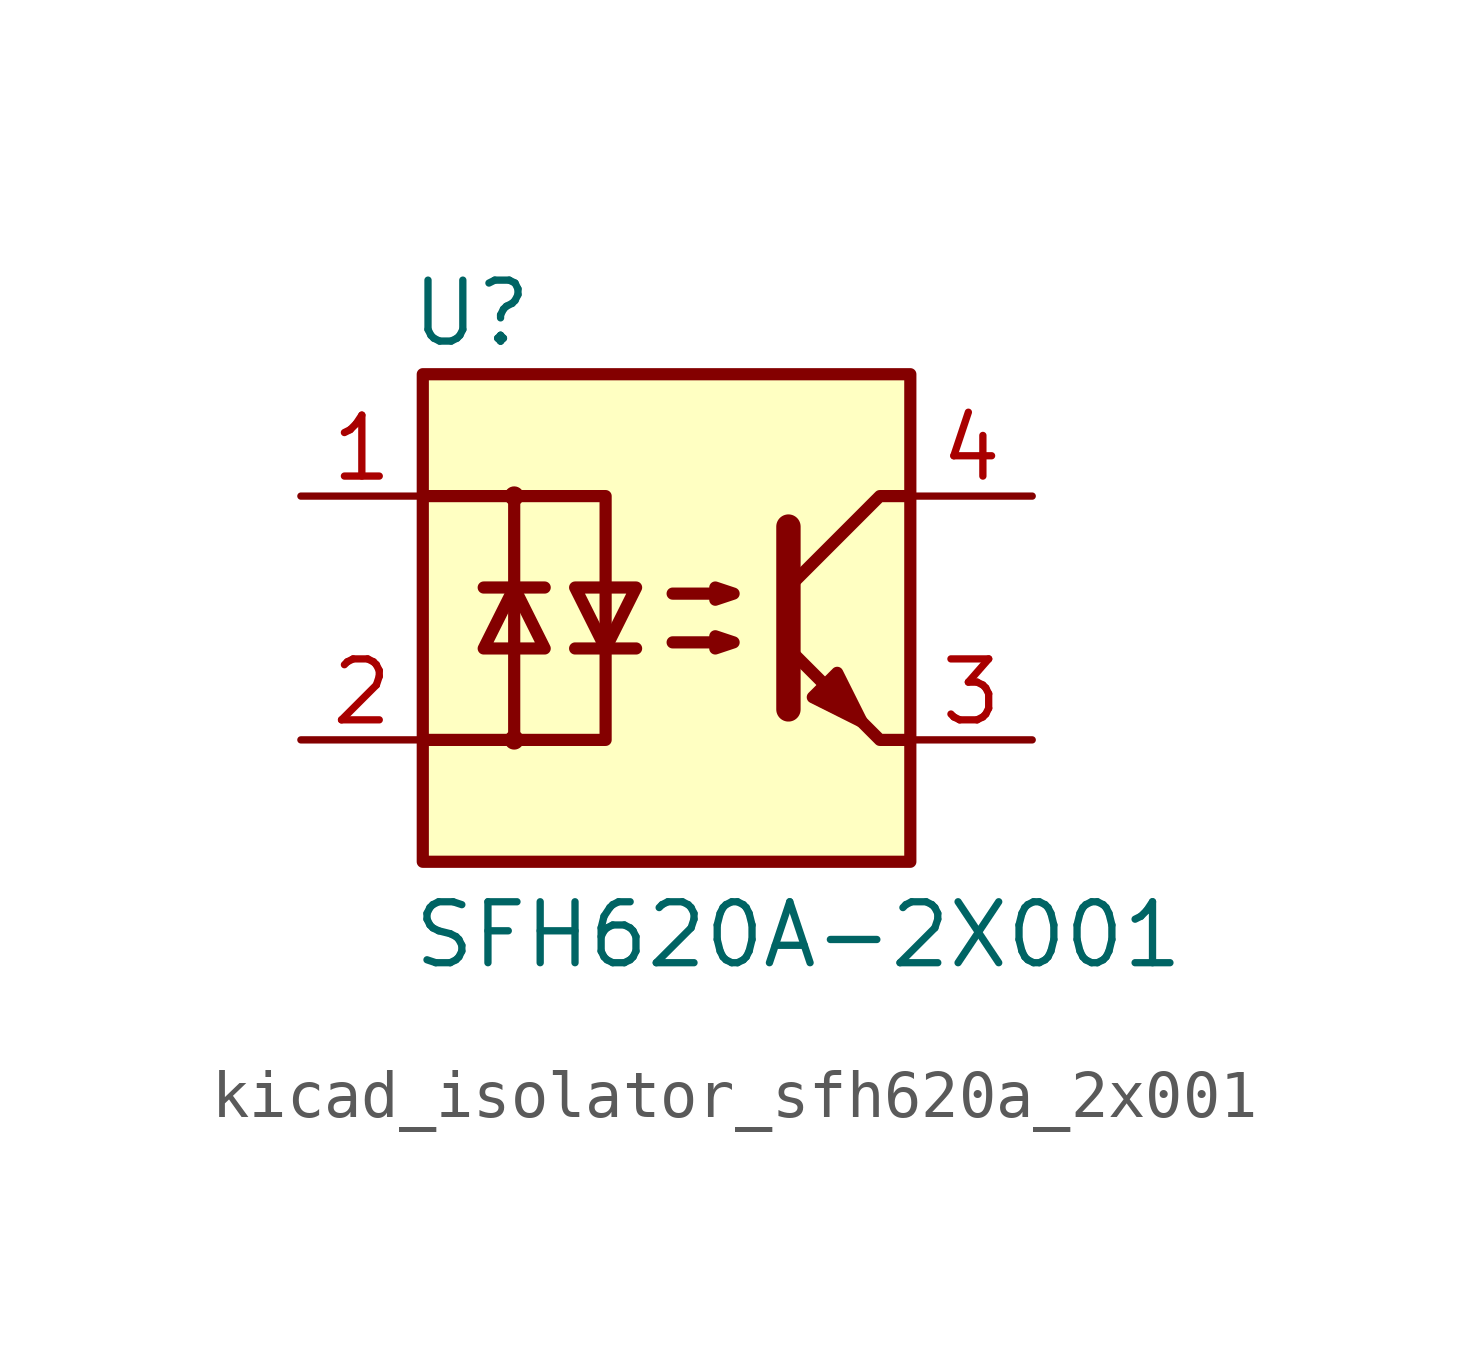
<source format=kicad_sym>
(kicad_symbol_lib
  (version 20220914)
  (generator kicad_symbol_editor)
  (symbol "kicad_isolator_sfh620a_2x001"
    (pin_names
      (offset 1.016))
    (property "Reference" "U"
      (at -4.064 6.35 0)
      (effects (font (size 1.27 1.27))))
    (property "Value" "SFH620A-2X001"
      (at -5.334 -6.604 0)
      (effects (font (size 1.27 1.27)) (justify left)))
    (symbol "kicad_isolator_sfh620a_2x001_0_1"
      (rectangle (start -5.08 5.08) (end 5.08 -5.08) (stroke (width 0.254) (type default)) (fill (type background))))
    (symbol "kicad_isolator_sfh620a_2x001_1_1"
      (circle (center -3.175 -2.54) (radius 0.127) (stroke (width 0) (type default)) (fill (type none)))
      (circle (center -3.175 2.54) (radius 0.127) (stroke (width 0) (type default)) (fill (type none)))
      (polyline (pts (xy -3.81 0.635) (xy -2.54 0.635)) (stroke (width 0.254) (type default)) (fill (type none)))
      (polyline (pts (xy -1.905 -0.635) (xy -0.635 -0.635)) (stroke (width 0.254) (type default)) (fill (type none)))
      (polyline (pts (xy 2.54 1.905) (xy 2.54 -1.905) (xy 2.54 -1.905)) (stroke (width 0.508) (type default)) (fill (type none)))
      (polyline (pts (xy 5.08 -2.54) (xy 4.445 -2.54) (xy 2.54 -0.635)) (stroke (width 0.254) (type default)) (fill (type none)))
      (polyline (pts (xy 5.08 2.54) (xy 4.445 2.54) (xy 2.54 0.635)) (stroke (width 0.254) (type default)) (fill (type none)))
      (polyline (pts (xy -5.08 2.54) (xy -3.175 2.54) (xy -3.175 -2.54) (xy -5.08 -2.54)) (stroke (width 0.254) (type default)) (fill (type none)))
      (polyline (pts (xy -3.175 -2.54) (xy -1.27 -2.54) (xy -1.27 2.54) (xy -3.175 2.54)) (stroke (width 0.254) (type default)) (fill (type none)))
      (polyline (pts (xy -3.175 0.635) (xy -3.81 -0.635) (xy -2.54 -0.635) (xy -3.175 0.635)) (stroke (width 0.254) (type default)) (fill (type none)))
      (polyline (pts (xy -1.27 -0.635) (xy -1.905 0.635) (xy -0.635 0.635) (xy -1.27 -0.635)) (stroke (width 0.254) (type default)) (fill (type none)))
      (polyline (pts (xy 0.127 -0.508) (xy 1.397 -0.508) (xy 1.016 -0.635) (xy 1.016 -0.381) (xy 1.397 -0.508)) (stroke (width 0.254) (type default)) (fill (type none)))
      (polyline (pts (xy 0.127 0.508) (xy 1.397 0.508) (xy 1.016 0.381) (xy 1.016 0.635) (xy 1.397 0.508)) (stroke (width 0.254) (type default)) (fill (type none)))
      (polyline (pts (xy 3.048 -1.651) (xy 3.556 -1.143) (xy 4.064 -2.159) (xy 3.048 -1.651) (xy 3.048 -1.651)) (stroke (width 0.254) (type default)) (fill (type outline)))
      (pin passive line (at -7.62 2.54 0) (length 2.54) (name "~" (effects (font (size 1.27 1.27)))) (number "1" (effects (font (size 1.27 1.27)))))
      (pin passive line (at -7.62 -2.54 0) (length 2.54) (name "~" (effects (font (size 1.27 1.27)))) (number "2" (effects (font (size 1.27 1.27)))))
      (pin passive line (at 7.62 -2.54 180) (length 2.54) (name "~" (effects (font (size 1.27 1.27)))) (number "3" (effects (font (size 1.27 1.27)))))
      (pin passive line (at 7.62 2.54 180) (length 2.54) (name "~" (effects (font (size 1.27 1.27)))) (number "4" (effects (font (size 1.27 1.27))))))))
</source>
